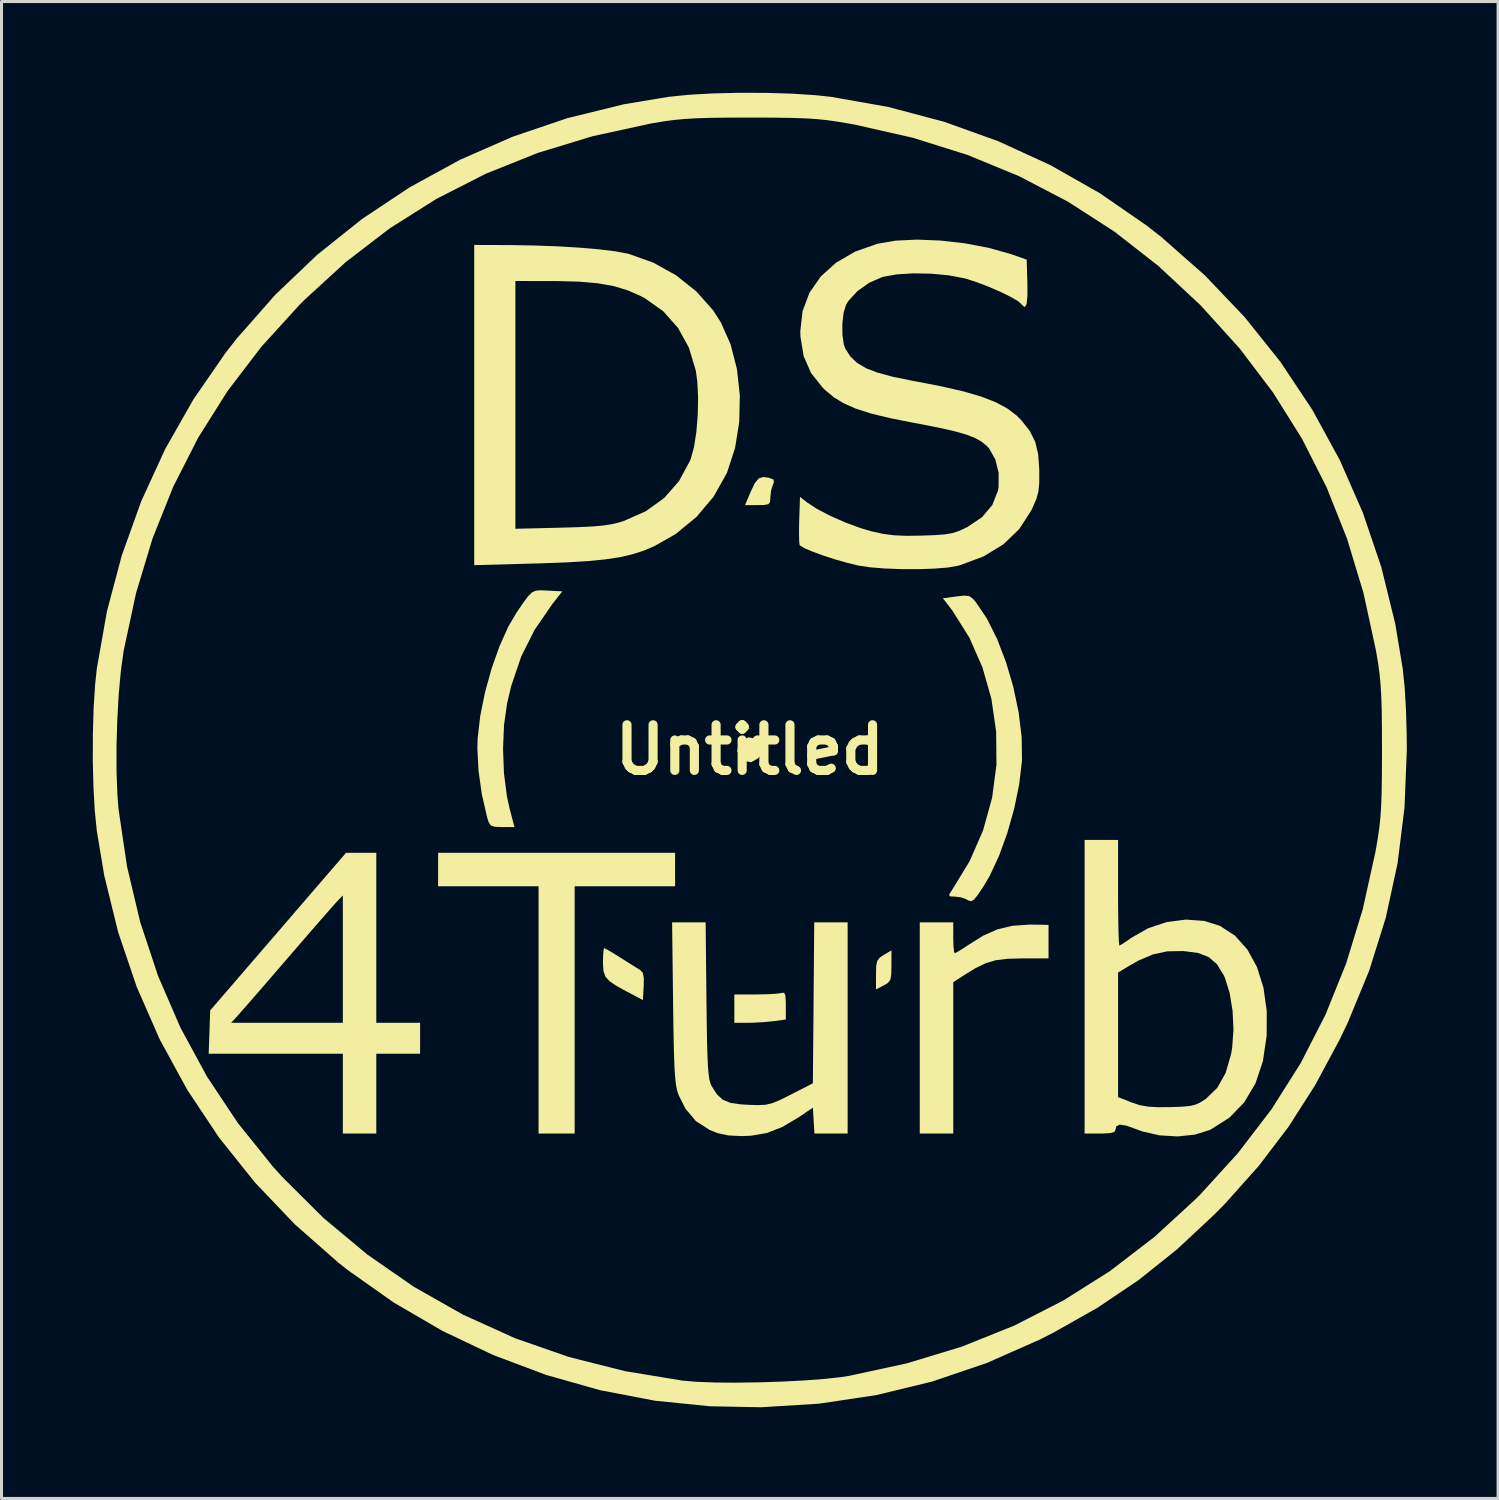
<source format=kicad_pcb>
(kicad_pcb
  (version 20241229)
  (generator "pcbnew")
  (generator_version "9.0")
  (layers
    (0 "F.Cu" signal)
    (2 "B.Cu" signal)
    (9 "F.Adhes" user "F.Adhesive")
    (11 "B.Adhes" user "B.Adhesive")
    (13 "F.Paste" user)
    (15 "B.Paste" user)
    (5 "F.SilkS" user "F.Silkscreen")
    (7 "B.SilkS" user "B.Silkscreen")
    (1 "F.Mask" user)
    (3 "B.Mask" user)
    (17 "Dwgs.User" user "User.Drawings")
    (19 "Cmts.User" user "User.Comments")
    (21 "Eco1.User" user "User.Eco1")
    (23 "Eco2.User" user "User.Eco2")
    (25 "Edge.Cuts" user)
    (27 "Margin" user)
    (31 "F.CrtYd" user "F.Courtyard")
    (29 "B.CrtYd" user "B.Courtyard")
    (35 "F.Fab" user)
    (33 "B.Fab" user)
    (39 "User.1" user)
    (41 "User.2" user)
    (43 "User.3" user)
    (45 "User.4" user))
  (footprint "Untitled"
    (layer "F.Cu")
    (at 21.597 21.597)
    (property "Reference" "Untitled" (at 0 0 0) (layer "F.SilkS") (effects (font (size 1.5 1.5) (thickness 0.3))))
    (attr board_only exclude_from_pos_files exclude_from_bom)
    (fp_poly (pts (xy 0.165 -0.37) (xy 0.283 -0.269) (xy 0.411 -0.045) (xy 0.37 0.165) (xy 0.269 0.283) (xy 0.045 0.411) (xy -0.165 0.37) (xy -0.283 0.269) (xy -0.411 0.045) (xy -0.37 -0.165) (xy -0.269 -0.283) (xy -0.045 -0.411)) (stroke (width 0) (type solid)) (fill yes) (layer "F.SilkS"))
    (fp_poly (pts (xy 4.657 7.105) (xy 4.651 7.393) (xy 4.619 7.562) (xy 4.541 7.664) (xy 4.403 7.747) (xy 4.149 7.878) (xy 4.149 7.386) (xy 4.156 7.103) (xy 4.192 6.934) (xy 4.279 6.826) (xy 4.403 6.744) (xy 4.657 6.594)) (stroke (width 0) (type solid)) (fill yes) (layer "F.SilkS"))
    (fp_poly (pts (xy 0.637 -8.939) (xy 0.784 -8.88) (xy 0.791 -8.781) (xy 0.764 -8.724) (xy 0.7 -8.521) (xy 0.677 -8.303) (xy 0.668 -8.148) (xy 0.612 -8.072) (xy 0.463 -8.046) (xy 0.261 -8.043) (xy -0.155 -8.043) (xy 0.028 -8.477) (xy 0.167 -8.768) (xy 0.297 -8.923) (xy 0.452 -8.968)) (stroke (width 0) (type solid)) (fill yes) (layer "F.SilkS"))
    (fp_poly (pts (xy -2.455 3.937) (xy -2.455 4.487) (xy -4.106 4.487) (xy -5.757 4.487) (xy -5.757 8.551) (xy -5.757 12.615) (xy -6.35 12.615) (xy -6.943 12.615) (xy -6.943 8.551) (xy -6.943 4.487) (xy -8.594 4.487) (xy -10.245 4.487) (xy -10.245 3.937) (xy -10.245 3.387) (xy -6.35 3.387) (xy -2.455 3.387)) (stroke (width 0) (type solid)) (fill yes) (layer "F.SilkS"))
    (fp_poly (pts (xy 1.17 8.075) (xy 1.184 8.287) (xy 1.185 8.404) (xy 1.185 8.867) (xy 0.793 8.921) (xy 0.461 8.953) (xy 0.086 8.973) (xy -0.054 8.975) (xy -0.508 8.975) (xy -0.508 8.509) (xy -0.508 8.043) (xy 0.205 8.043) (xy 0.55 8.037) (xy 0.839 8.022) (xy 1.024 8) (xy 1.051 7.992) (xy 1.129 7.988)) (stroke (width 0) (type solid)) (fill yes) (layer "F.SilkS"))
    (fp_poly (pts (xy -4.701 6.561) (xy -4.512 6.672) (xy -4.261 6.827) (xy -4.247 6.837) (xy -3.973 7.01) (xy -3.741 7.155) (xy -3.603 7.239) (xy -3.517 7.332) (xy -3.482 7.506) (xy -3.487 7.775) (xy -3.514 8.227) (xy -4.022 7.959) (xy -4.381 7.763) (xy -4.614 7.605) (xy -4.747 7.453) (xy -4.809 7.273) (xy -4.826 7.032) (xy -4.826 6.972) (xy -4.819 6.721) (xy -4.802 6.557) (xy -4.787 6.519)) (stroke (width 0) (type solid)) (fill yes) (layer "F.SilkS"))
    (fp_poly (pts (xy 6.689 6.181) (xy 6.696 6.449) (xy 6.715 6.633) (xy 6.737 6.689) (xy 6.828 6.644) (xy 7.011 6.531) (xy 7.163 6.429) (xy 7.677 6.108) (xy 8.149 5.9) (xy 8.638 5.785) (xy 9.205 5.747) (xy 9.461 5.749) (xy 9.821 5.757) (xy 9.821 6.308) (xy 9.821 6.858) (xy 8.972 6.858) (xy 8.476 6.87) (xy 8.091 6.917) (xy 7.758 7.015) (xy 7.419 7.179) (xy 7.092 7.379) (xy 6.689 7.638) (xy 6.689 10.126) (xy 6.689 12.615) (xy 6.138 12.615) (xy 5.588 12.615) (xy 5.588 9.144) (xy 5.588 5.673) (xy 6.138 5.673) (xy 6.689 5.673)) (stroke (width 0) (type solid)) (fill yes) (layer "F.SilkS"))
    (fp_poly (pts (xy -6.652 -5.233) (xy -6.646 -5.233) (xy -6.163 -5.207) (xy -6.495 -4.784) (xy -7.07 -3.948) (xy -7.513 -3.067) (xy -7.841 -2.1) (xy -7.978 -1.524) (xy -8.078 -0.816) (xy -8.111 -0.027) (xy -8.08 0.776) (xy -7.984 1.527) (xy -7.897 1.926) (xy -7.735 2.54) (xy -8.139 2.54) (xy -8.385 2.532) (xy -8.517 2.486) (xy -8.589 2.366) (xy -8.633 2.223) (xy -8.807 1.469) (xy -8.917 0.686) (xy -8.955 -0.057) (xy -8.945 -0.381) (xy -8.86 -1.113) (xy -8.703 -1.89) (xy -8.488 -2.667) (xy -8.228 -3.401) (xy -7.938 -4.047) (xy -7.677 -4.492) (xy -7.45 -4.827) (xy -7.288 -5.046) (xy -7.16 -5.173) (xy -7.032 -5.231) (xy -6.874 -5.243)) (stroke (width 0) (type solid)) (fill yes) (layer "F.SilkS"))
    (fp_poly (pts (xy 7.215 -5.05) (xy 7.334 -4.965) (xy 7.428 -4.857) (xy 7.796 -4.312) (xy 8.133 -3.637) (xy 8.426 -2.872) (xy 8.666 -2.054) (xy 8.84 -1.222) (xy 8.938 -0.414) (xy 8.948 0.33) (xy 8.945 0.381) (xy 8.857 1.135) (xy 8.693 1.934) (xy 8.467 2.732) (xy 8.195 3.483) (xy 7.889 4.142) (xy 7.67 4.513) (xy 7.488 4.781) (xy 7.366 4.928) (xy 7.274 4.978) (xy 7.18 4.952) (xy 7.112 4.911) (xy 6.935 4.849) (xy 6.742 4.827) (xy 6.576 4.817) (xy 6.554 4.759) (xy 6.632 4.636) (xy 7.228 3.661) (xy 7.668 2.653) (xy 7.966 1.578) (xy 7.968 1.567) (xy 8.109 0.494) (xy 8.099 -0.594) (xy 7.944 -1.67) (xy 7.649 -2.708) (xy 7.22 -3.684) (xy 6.663 -4.571) (xy 6.588 -4.67) (xy 6.349 -4.979) (xy 6.789 -5.04) (xy 7.054 -5.069)) (stroke (width 0) (type solid)) (fill yes) (layer "F.SilkS"))
    (fp_poly (pts (xy -12.277 6.181) (xy -12.277 8.975) (xy -11.557 8.975) (xy -10.837 8.975) (xy -10.837 9.483) (xy -10.837 9.991) (xy -11.557 9.991) (xy -12.277 9.991) (xy -12.277 11.303) (xy -12.277 12.615) (xy -12.827 12.615) (xy -13.377 12.615) (xy -13.377 11.303) (xy -13.377 9.991) (xy -15.582 9.991) (xy -17.787 9.991) (xy -17.762 9.28) (xy -17.752 8.975) (xy -17.05 8.975) (xy -15.214 8.975) (xy -13.377 8.975) (xy -13.377 6.881) (xy -13.377 4.788) (xy -13.577 4.997) (xy -13.686 5.118) (xy -13.888 5.347) (xy -14.165 5.664) (xy -14.501 6.051) (xy -14.877 6.485) (xy -15.199 6.858) (xy -15.596 7.319) (xy -15.968 7.749) (xy -16.297 8.128) (xy -16.564 8.435) (xy -16.753 8.65) (xy -16.835 8.742) (xy -17.05 8.975) (xy -17.752 8.975) (xy -17.738 8.569) (xy -15.505 5.978) (xy -13.272 3.387) (xy -12.774 3.387) (xy -12.277 3.387)) (stroke (width 0) (type solid)) (fill yes) (layer "F.SilkS"))
    (fp_poly (pts (xy -1.424 8.234) (xy -1.415 8.98) (xy -1.405 9.575) (xy -1.392 10.039) (xy -1.376 10.391) (xy -1.355 10.65) (xy -1.329 10.834) (xy -1.295 10.963) (xy -1.258 11.049) (xy -1.082 11.324) (xy -0.891 11.502) (xy -0.64 11.606) (xy -0.287 11.657) (xy -0.054 11.671) (xy 0.275 11.681) (xy 0.518 11.669) (xy 0.73 11.621) (xy 0.97 11.524) (xy 1.294 11.364) (xy 1.356 11.332) (xy 2.074 10.964) (xy 2.097 8.319) (xy 2.119 5.673) (xy 2.668 5.673) (xy 3.217 5.673) (xy 3.217 9.144) (xy 3.217 12.615) (xy 2.671 12.615) (xy 2.126 12.615) (xy 2.1 12.191) (xy 2.074 11.766) (xy 1.61 12.079) (xy 1.068 12.401) (xy 0.56 12.598) (xy 0.032 12.688) (xy -0.276 12.699) (xy -0.705 12.678) (xy -1.05 12.604) (xy -1.322 12.497) (xy -1.771 12.207) (xy -2.118 11.795) (xy -2.344 11.34) (xy -2.386 11.21) (xy -2.42 11.048) (xy -2.447 10.833) (xy -2.469 10.547) (xy -2.486 10.17) (xy -2.499 9.682) (xy -2.511 9.062) (xy -2.521 8.319) (xy -2.553 5.673) (xy -2.002 5.673) (xy -1.451 5.673)) (stroke (width 0) (type solid)) (fill yes) (layer "F.SilkS"))
    (fp_poly (pts (xy -7.938 -16.591) (xy -7.12 -16.578) (xy -6.331 -16.55) (xy -5.598 -16.506) (xy -4.947 -16.45) (xy -4.408 -16.384) (xy -4.008 -16.308) (xy -3.979 -16.301) (xy -3.172 -16.014) (xy -2.423 -15.597) (xy -1.761 -15.071) (xy -1.214 -14.457) (xy -0.953 -14.055) (xy -0.631 -13.329) (xy -0.422 -12.514) (xy -0.327 -11.649) (xy -0.347 -10.771) (xy -0.484 -9.919) (xy -0.74 -9.132) (xy -0.765 -9.076) (xy -1.19 -8.32) (xy -1.752 -7.654) (xy -2.435 -7.093) (xy -3.141 -6.692) (xy -3.489 -6.545) (xy -3.856 -6.427) (xy -4.268 -6.332) (xy -4.746 -6.259) (xy -5.317 -6.203) (xy -6.003 -6.161) (xy -6.829 -6.13) (xy -7.038 -6.124) (xy -9.059 -6.069) (xy -9.059 -11.332) (xy -9.059 -11.337) (xy -7.705 -11.337) (xy -7.705 -7.265) (xy -6.202 -7.301) (xy -5.616 -7.319) (xy -5.165 -7.341) (xy -4.817 -7.372) (xy -4.538 -7.415) (xy -4.293 -7.474) (xy -4.149 -7.519) (xy -3.422 -7.839) (xy -2.813 -8.277) (xy -2.327 -8.831) (xy -1.967 -9.497) (xy -1.939 -9.567) (xy -1.833 -9.951) (xy -1.756 -10.45) (xy -1.71 -11.011) (xy -1.699 -11.583) (xy -1.726 -12.114) (xy -1.774 -12.464) (xy -2 -13.216) (xy -2.359 -13.869) (xy -2.845 -14.415) (xy -3.454 -14.847) (xy -3.581 -14.914) (xy -4.015 -15.104) (xy -4.476 -15.243) (xy -4.999 -15.335) (xy -5.617 -15.389) (xy -6.365 -15.408) (xy -6.456 -15.408) (xy -7.705 -15.409) (xy -7.705 -11.337) (xy -9.059 -11.337) (xy -9.059 -16.595)) (stroke (width 0) (type solid)) (fill yes) (layer "F.SilkS"))
    (fp_poly (pts (xy 12.107 4.699) (xy 12.109 5.22) (xy 12.115 5.679) (xy 12.123 6.05) (xy 12.134 6.308) (xy 12.147 6.429) (xy 12.15 6.435) (xy 12.238 6.389) (xy 12.414 6.273) (xy 12.54 6.183) (xy 13.098 5.865) (xy 13.71 5.663) (xy 14.339 5.582) (xy 14.945 5.627) (xy 15.452 5.787) (xy 15.948 6.109) (xy 16.357 6.565) (xy 16.672 7.14) (xy 16.886 7.818) (xy 16.994 8.585) (xy 16.992 9.393) (xy 16.868 10.238) (xy 16.621 10.972) (xy 16.252 11.593) (xy 15.764 12.096) (xy 15.157 12.479) (xy 15.113 12.501) (xy 14.629 12.652) (xy 14.061 12.71) (xy 13.468 12.675) (xy 12.908 12.547) (xy 12.742 12.486) (xy 12.391 12.359) (xy 12.165 12.322) (xy 12.049 12.378) (xy 12.023 12.486) (xy 11.986 12.561) (xy 11.854 12.601) (xy 11.593 12.615) (xy 11.515 12.615) (xy 11.007 12.615) (xy 11.007 7.789) (xy 11.007 7.322) (xy 12.107 7.322) (xy 12.107 9.37) (xy 12.107 11.418) (xy 12.552 11.593) (xy 12.817 11.681) (xy 13.091 11.731) (xy 13.429 11.75) (xy 13.815 11.747) (xy 14.205 11.733) (xy 14.473 11.708) (xy 14.667 11.66) (xy 14.835 11.578) (xy 14.996 11.472) (xy 15.369 11.111) (xy 15.644 10.621) (xy 15.824 9.996) (xy 15.858 9.79) (xy 15.9 9.198) (xy 15.871 8.581) (xy 15.775 7.997) (xy 15.622 7.503) (xy 15.583 7.417) (xy 15.363 7.057) (xy 15.092 6.818) (xy 14.735 6.678) (xy 14.255 6.617) (xy 14.24 6.616) (xy 13.726 6.626) (xy 13.261 6.724) (xy 12.785 6.926) (xy 12.467 7.105) (xy 12.107 7.322) (xy 11.007 7.322) (xy 11.007 2.963) (xy 11.557 2.963) (xy 12.107 2.963)) (stroke (width 0) (type solid)) (fill yes) (layer "F.SilkS"))
    (fp_poly (pts (xy 6.264 -16.74) (xy 7.062 -16.65) (xy 7.843 -16.502) (xy 8.563 -16.301) (xy 8.636 -16.276) (xy 9.102 -16.113) (xy 9.126 -15.338) (xy 9.127 -14.911) (xy 9.099 -14.65) (xy 9.041 -14.552) (xy 8.953 -14.617) (xy 8.931 -14.649) (xy 8.807 -14.755) (xy 8.56 -14.897) (xy 8.23 -15.058) (xy 7.855 -15.22) (xy 7.474 -15.366) (xy 7.125 -15.479) (xy 7.046 -15.5) (xy 6.534 -15.597) (xy 5.956 -15.651) (xy 5.368 -15.661) (xy 4.827 -15.627) (xy 4.387 -15.548) (xy 4.355 -15.539) (xy 3.93 -15.354) (xy 3.543 -15.081) (xy 3.247 -14.762) (xy 3.166 -14.631) (xy 3.085 -14.368) (xy 3.044 -14.017) (xy 3.045 -13.647) (xy 3.09 -13.329) (xy 3.139 -13.19) (xy 3.303 -12.933) (xy 3.52 -12.723) (xy 3.812 -12.547) (xy 4.202 -12.396) (xy 4.713 -12.259) (xy 5.367 -12.126) (xy 5.469 -12.108) (xy 6.328 -11.941) (xy 7.038 -11.777) (xy 7.617 -11.607) (xy 8.085 -11.425) (xy 8.461 -11.223) (xy 8.764 -10.994) (xy 8.932 -10.827) (xy 9.207 -10.477) (xy 9.384 -10.123) (xy 9.481 -9.713) (xy 9.517 -9.196) (xy 9.517 -9.142) (xy 9.515 -8.764) (xy 9.487 -8.488) (xy 9.421 -8.245) (xy 9.301 -7.968) (xy 9.247 -7.856) (xy 8.858 -7.255) (xy 8.336 -6.753) (xy 7.685 -6.356) (xy 6.913 -6.068) (xy 6.847 -6.05) (xy 6.518 -5.992) (xy 6.065 -5.955) (xy 5.536 -5.937) (xy 4.975 -5.939) (xy 4.427 -5.96) (xy 3.937 -6) (xy 3.556 -6.059) (xy 3.18 -6.151) (xy 2.78 -6.266) (xy 2.393 -6.393) (xy 2.052 -6.518) (xy 1.793 -6.63) (xy 1.652 -6.715) (xy 1.638 -6.735) (xy 1.624 -6.858) (xy 1.619 -7.105) (xy 1.622 -7.431) (xy 1.626 -7.571) (xy 1.651 -8.313) (xy 1.879 -8.134) (xy 2.205 -7.92) (xy 2.644 -7.691) (xy 3.141 -7.472) (xy 3.645 -7.286) (xy 4.002 -7.181) (xy 4.379 -7.098) (xy 4.744 -7.05) (xy 5.156 -7.033) (xy 5.668 -7.04) (xy 6.109 -7.057) (xy 6.426 -7.082) (xy 6.667 -7.124) (xy 6.875 -7.192) (xy 7.098 -7.295) (xy 7.157 -7.325) (xy 7.636 -7.647) (xy 7.972 -8.046) (xy 8.157 -8.514) (xy 8.179 -8.637) (xy 8.181 -9.104) (xy 8.072 -9.544) (xy 7.869 -9.904) (xy 7.781 -9.998) (xy 7.613 -10.132) (xy 7.405 -10.249) (xy 7.131 -10.356) (xy 6.771 -10.461) (xy 6.3 -10.57) (xy 5.695 -10.691) (xy 5.362 -10.753) (xy 4.605 -10.903) (xy 3.991 -11.052) (xy 3.496 -11.21) (xy 3.094 -11.386) (xy 2.759 -11.591) (xy 2.467 -11.833) (xy 2.405 -11.894) (xy 2.014 -12.385) (xy 1.771 -12.939) (xy 1.666 -13.578) (xy 1.661 -13.758) (xy 1.736 -14.42) (xy 1.964 -15.025) (xy 2.335 -15.56) (xy 2.839 -16.014) (xy 3.466 -16.377) (xy 4.195 -16.634) (xy 4.788 -16.736) (xy 5.492 -16.77)) (stroke (width 0) (type solid)) (fill yes) (layer "F.SilkS"))
    (fp_poly (pts (xy 0.527 -21.594) (xy 1.375 -21.569) (xy 2.143 -21.52) (xy 2.667 -21.464) (xy 4.55 -21.132) (xy 6.388 -20.644) (xy 8.17 -20.004) (xy 9.882 -19.219) (xy 11.513 -18.292) (xy 13.05 -17.231) (xy 13.521 -16.862) (xy 14.957 -15.598) (xy 16.267 -14.224) (xy 17.446 -12.749) (xy 18.49 -11.18) (xy 19.394 -9.526) (xy 20.153 -7.795) (xy 20.763 -5.996) (xy 21.22 -4.135) (xy 21.464 -2.667) (xy 21.526 -2.071) (xy 21.57 -1.349) (xy 21.594 -0.547) (xy 21.599 0) (xy 21.523 1.9) (xy 21.294 3.735) (xy 20.908 5.518) (xy 20.362 7.261) (xy 19.654 8.978) (xy 19.392 9.525) (xy 18.587 11.022) (xy 17.709 12.395) (xy 16.732 13.679) (xy 15.629 14.915) (xy 15.275 15.275) (xy 14.047 16.421) (xy 12.78 17.433) (xy 11.438 18.337) (xy 9.981 19.161) (xy 9.525 19.392) (xy 7.783 20.161) (xy 5.992 20.769) (xy 4.157 21.214) (xy 2.281 21.495) (xy 0.369 21.613) (xy -1.312 21.581) (xy -3.123 21.397) (xy -4.925 21.051) (xy -6.701 20.548) (xy -8.435 19.896) (xy -10.109 19.1) (xy -11.708 18.168) (xy -13.213 17.105) (xy -13.521 16.862) (xy -14.957 15.598) (xy -16.267 14.224) (xy -17.446 12.749) (xy -18.49 11.18) (xy -19.394 9.526) (xy -20.153 7.795) (xy -20.763 5.996) (xy -21.22 4.135) (xy -21.464 2.667) (xy -21.532 1.997) (xy -21.576 1.208) (xy -21.597 0.35) (xy -21.595 -0.114) (xy -20.817 -0.114) (xy -20.816 0.725) (xy -20.788 1.487) (xy -20.75 1.956) (xy -20.471 3.838) (xy -20.038 5.665) (xy -19.452 7.432) (xy -18.719 9.127) (xy -17.842 10.744) (xy -16.825 12.274) (xy -15.671 13.708) (xy -15.377 14.034) (xy -14.02 15.385) (xy -12.573 16.592) (xy -11.04 17.655) (xy -9.423 18.571) (xy -7.726 19.34) (xy -5.952 19.959) (xy -4.104 20.426) (xy -2.201 20.739) (xy -1.726 20.778) (xy -1.121 20.8) (xy -0.427 20.805) (xy 0.318 20.794) (xy 1.075 20.769) (xy 1.803 20.731) (xy 2.464 20.681) (xy 3.019 20.62) (xy 3.26 20.582) (xy 5.167 20.169) (xy 6.974 19.619) (xy 8.687 18.932) (xy 10.308 18.104) (xy 11.843 17.134) (xy 13.297 16.018) (xy 14.674 14.755) (xy 14.794 14.635) (xy 16.048 13.258) (xy 17.152 11.816) (xy 18.11 10.301) (xy 18.927 8.705) (xy 19.606 7.019) (xy 20.152 5.235) (xy 20.57 3.346) (xy 20.585 3.26) (xy 20.648 2.887) (xy 20.697 2.545) (xy 20.732 2.202) (xy 20.756 1.826) (xy 20.771 1.385) (xy 20.779 0.846) (xy 20.782 0.178) (xy 20.782 0) (xy 20.78 -0.703) (xy 20.774 -1.27) (xy 20.76 -1.731) (xy 20.738 -2.119) (xy 20.706 -2.467) (xy 20.661 -2.806) (xy 20.601 -3.168) (xy 20.585 -3.26) (xy 20.174 -5.154) (xy 19.633 -6.942) (xy 18.96 -8.632) (xy 18.149 -10.232) (xy 17.197 -11.75) (xy 16.1 -13.196) (xy 14.852 -14.576) (xy 14.794 -14.635) (xy 13.427 -15.908) (xy 11.986 -17.034) (xy 10.464 -18.015) (xy 8.856 -18.854) (xy 7.156 -19.554) (xy 5.361 -20.118) (xy 3.463 -20.548) (xy 3.26 -20.585) (xy 2.887 -20.648) (xy 2.545 -20.697) (xy 2.202 -20.732) (xy 1.826 -20.756) (xy 1.385 -20.771) (xy 0.846 -20.779) (xy 0.178 -20.782) (xy 0 -20.782) (xy -0.703 -20.78) (xy -1.27 -20.774) (xy -1.731 -20.76) (xy -2.119 -20.738) (xy -2.467 -20.706) (xy -2.806 -20.661) (xy -3.168 -20.601) (xy -3.26 -20.585) (xy -5.168 -20.169) (xy -6.974 -19.619) (xy -8.684 -18.933) (xy -10.301 -18.109) (xy -11.832 -17.143) (xy -13.281 -16.032) (xy -14.655 -14.775) (xy -14.794 -14.635) (xy -16.056 -13.247) (xy -17.168 -11.791) (xy -18.132 -10.261) (xy -18.952 -8.649) (xy -19.631 -6.951) (xy -20.173 -5.157) (xy -20.58 -3.263) (xy -20.581 -3.26) (xy -20.673 -2.603) (xy -20.744 -1.827) (xy -20.792 -0.981) (xy -20.817 -0.114) (xy -21.595 -0.114) (xy -21.594 -0.527) (xy -21.569 -1.375) (xy -21.52 -2.143) (xy -21.464 -2.667) (xy -21.132 -4.55) (xy -20.644 -6.388) (xy -20.004 -8.17) (xy -19.219 -9.882) (xy -18.292 -11.513) (xy -17.231 -13.05) (xy -16.862 -13.521) (xy -15.598 -14.957) (xy -14.224 -16.267) (xy -12.749 -17.446) (xy -11.18 -18.49) (xy -9.526 -19.394) (xy -7.795 -20.153) (xy -5.996 -20.763) (xy -4.135 -21.22) (xy -2.667 -21.464) (xy -1.997 -21.532) (xy -1.208 -21.576) (xy -0.35 -21.597)) (stroke (width 0) (type solid)) (fill yes) (layer "F.SilkS")))
  (gr_rect
    (start -3 -3)
    (end 46.196 46.209)
    (stroke (width 0.1) (type default))
    (fill no)
    (layer "Edge.Cuts")))
</source>
